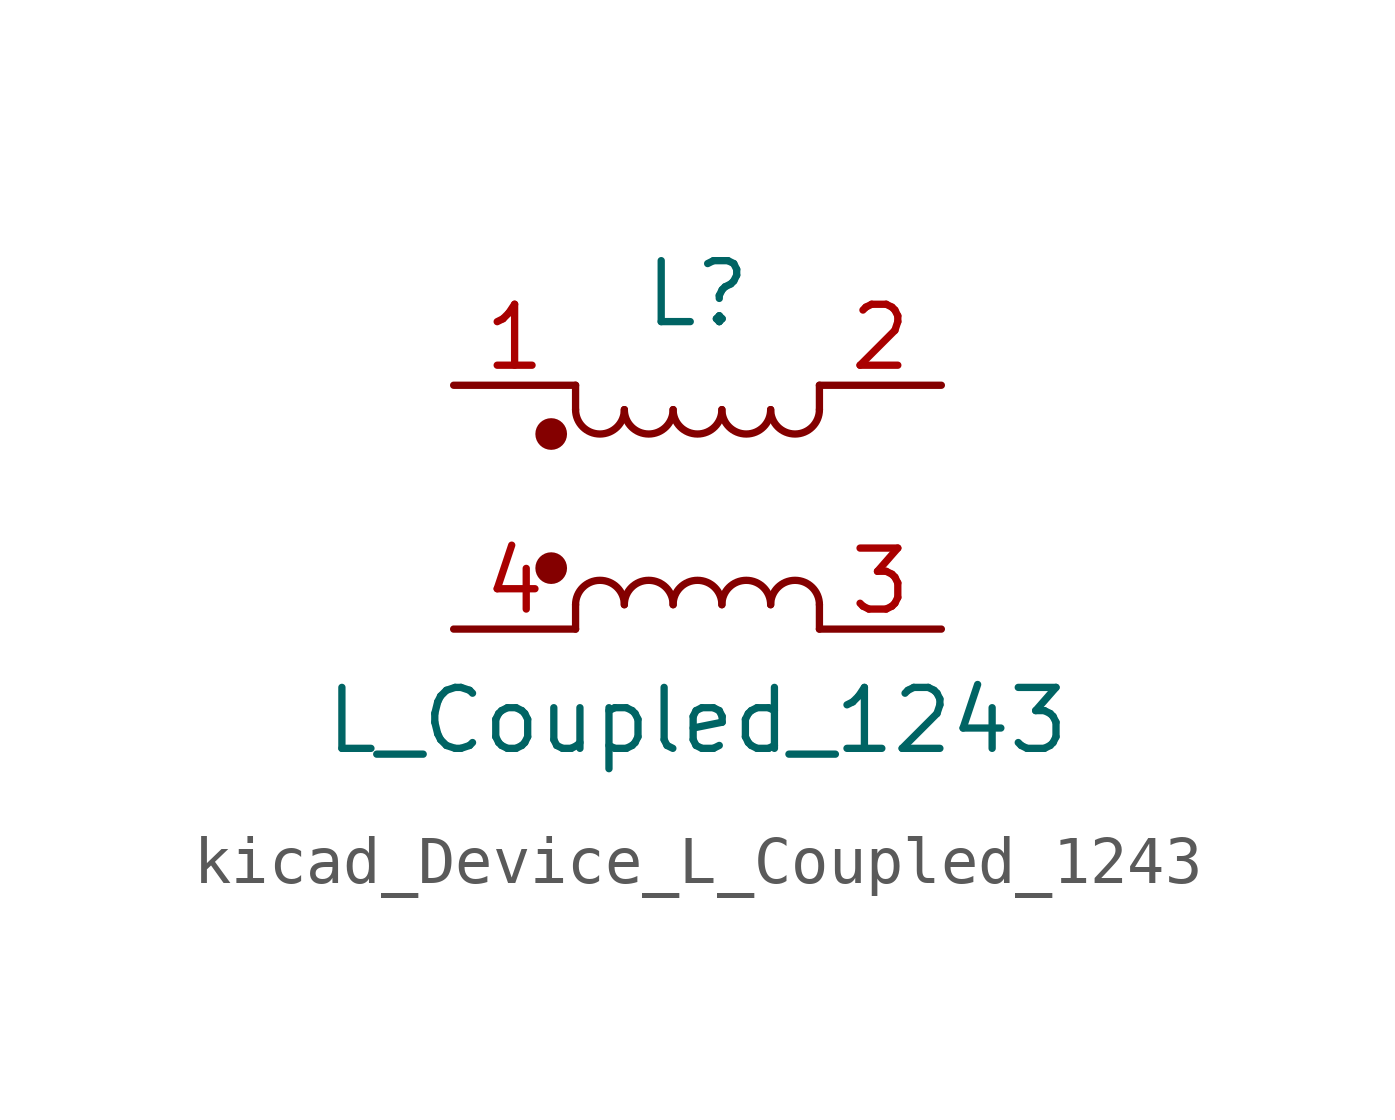
<source format=kicad_sym>
(kicad_symbol_lib
  (version 20220914)
  (generator kicad_symbol_editor)
  (symbol "kicad_Device_L_Coupled_1243"
    (pin_names
      (offset 0.254) hide)
    (property "Reference" "L"
      (at 0 4.445 0)
      (effects (font (size 1.27 1.27))))
    (property "Value" "L_Coupled_1243"
      (at 0 -4.445 0)
      (effects (font (size 1.27 1.27))))
    (symbol "kicad_Device_L_Coupled_1243_0_1"
      (circle (center -3.048 -1.27) (radius 0.254) (stroke (width 0) (type default)) (fill (type outline)))
      (circle (center -3.048 1.524) (radius 0.254) (stroke (width 0) (type default)) (fill (type outline)))
      (arc (start -2.54 2.032) (mid -2.032 1.5262) (end -1.524 2.032) (stroke (width 0) (type default)) (fill (type none)))
      (arc (start -1.524 -2.032) (mid -2.032 -1.5262) (end -2.54 -2.032) (stroke (width 0) (type default)) (fill (type none)))
      (arc (start -1.524 2.032) (mid -1.016 1.5262) (end -0.508 2.032) (stroke (width 0) (type default)) (fill (type none)))
      (arc (start -0.508 -2.032) (mid -1.016 -1.5262) (end -1.524 -2.032) (stroke (width 0) (type default)) (fill (type none)))
      (arc (start -0.508 2.032) (mid 0 1.5262) (end 0.508 2.032) (stroke (width 0) (type default)) (fill (type none)))
      (polyline (pts (xy -2.54 -2.032) (xy -2.54 -2.54)) (stroke (width 0) (type default)) (fill (type none)))
      (polyline (pts (xy -2.54 2.032) (xy -2.54 2.54)) (stroke (width 0) (type default)) (fill (type none)))
      (polyline (pts (xy 2.54 -2.032) (xy 2.54 -2.54)) (stroke (width 0) (type default)) (fill (type none)))
      (polyline (pts (xy 2.54 2.54) (xy 2.54 2.032)) (stroke (width 0) (type default)) (fill (type none)))
      (arc (start 0.508 -2.032) (mid 0 -1.5262) (end -0.508 -2.032) (stroke (width 0) (type default)) (fill (type none)))
      (arc (start 0.508 2.032) (mid 1.016 1.5262) (end 1.524 2.032) (stroke (width 0) (type default)) (fill (type none)))
      (arc (start 1.524 -2.032) (mid 1.016 -1.5262) (end 0.508 -2.032) (stroke (width 0) (type default)) (fill (type none)))
      (arc (start 1.524 2.032) (mid 2.032 1.5262) (end 2.54 2.032) (stroke (width 0) (type default)) (fill (type none)))
      (arc (start 2.54 -2.032) (mid 2.032 -1.5262) (end 1.524 -2.032) (stroke (width 0) (type default)) (fill (type none))))
    (symbol "kicad_Device_L_Coupled_1243_1_1"
      (pin passive line (at -5.08 2.54 0) (length 2.54) (name "1" (effects (font (size 1.27 1.27)))) (number "1" (effects (font (size 1.27 1.27)))))
      (pin passive line (at 5.08 2.54 180) (length 2.54) (name "2" (effects (font (size 1.27 1.27)))) (number "2" (effects (font (size 1.27 1.27)))))
      (pin passive line (at 5.08 -2.54 180) (length 2.54) (name "3" (effects (font (size 1.27 1.27)))) (number "3" (effects (font (size 1.27 1.27)))))
      (pin passive line (at -5.08 -2.54 0) (length 2.54) (name "4" (effects (font (size 1.27 1.27)))) (number "4" (effects (font (size 1.27 1.27))))))))
</source>
